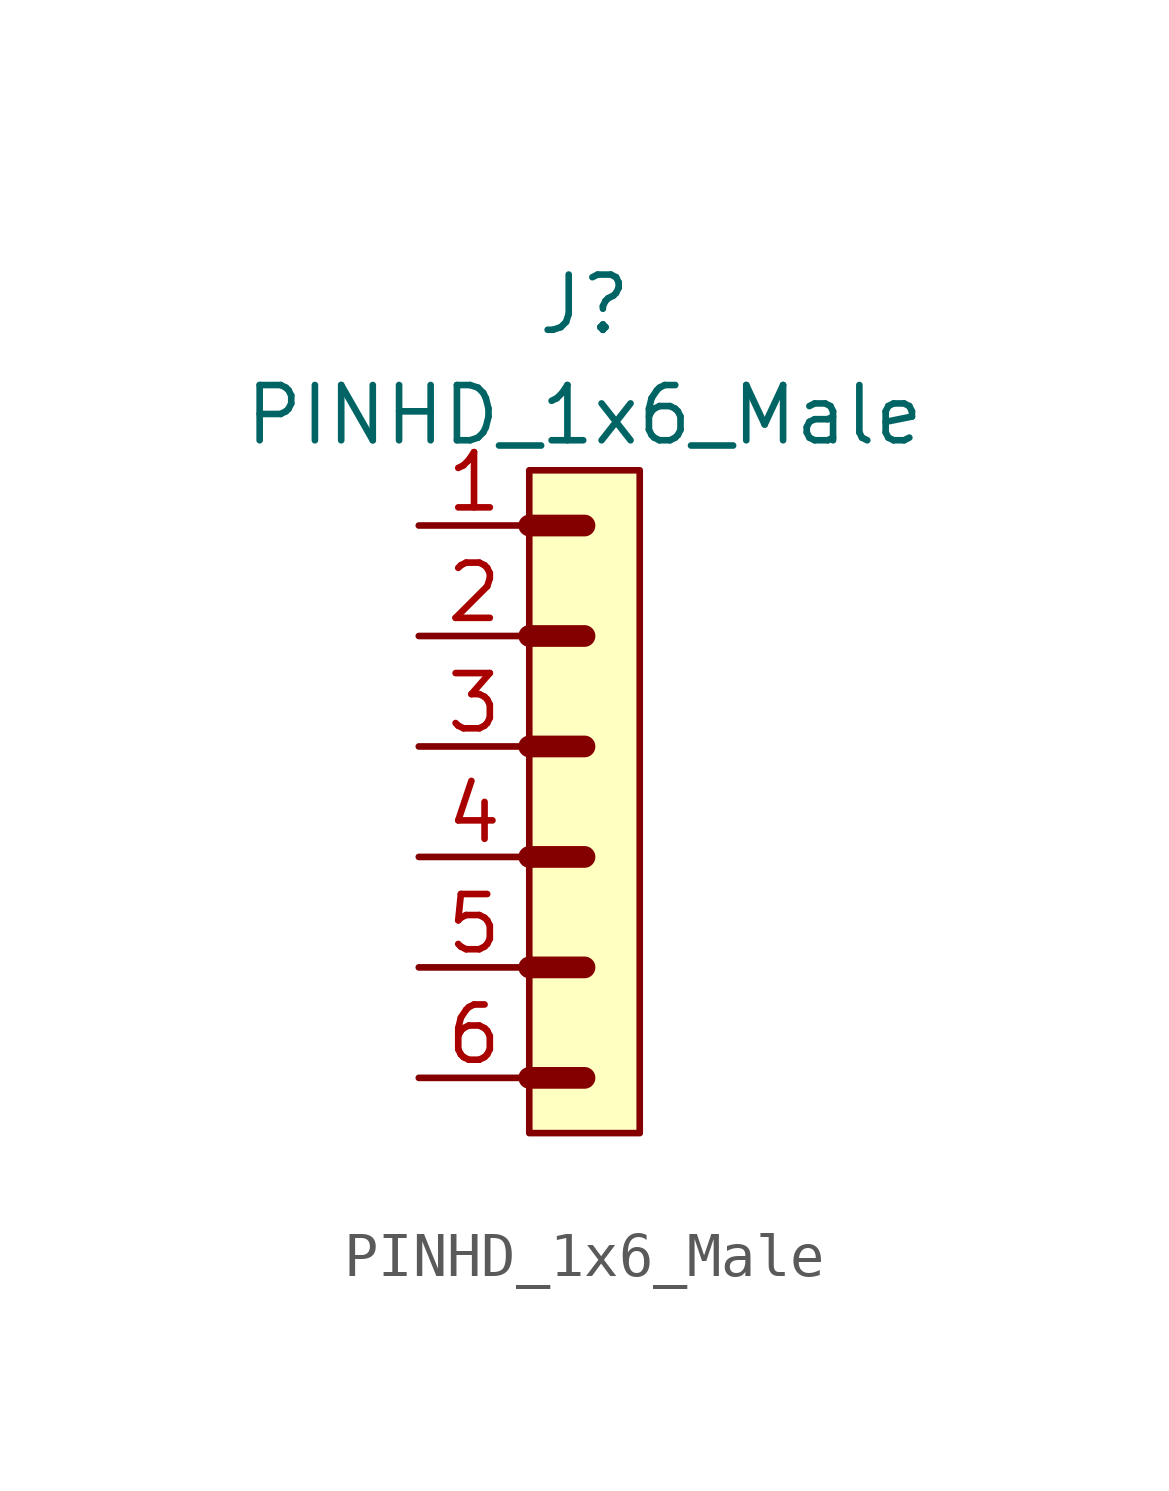
<source format=kicad_sym>
(kicad_symbol_lib
  (version 20241209)
  (generator "kicad_symbol_editor")
  (generator_version "9.0")
  (symbol "PINHD_1x6_Male"
    (property "Reference" "J"
      (at 0 11.43 0)
      (effects (font (size 1.27 1.27))))
    (property "Value" "PINHD_1x6_Male"
      (at 0 8.89 0)
      (effects (font (size 1.27 1.27))))
    (symbol "PINHD_1x6_Male_0_1"
      (rectangle (start -1.27 7.62) (end 1.27 -7.62) (stroke (width 0) (type default)) (fill (type background)))
      (polyline (pts (xy -1.27 6.35) (xy 0 6.35)) (stroke (width 0.3) (type default)) (fill (type none)))
      (polyline (pts (xy -1.27 6.35) (xy 0 6.35)) (stroke (width 0.5) (type default)) (fill (type none)))
      (polyline (pts (xy -1.27 3.81) (xy 0 3.81)) (stroke (width 0.3) (type default)) (fill (type none)))
      (polyline (pts (xy -1.27 3.81) (xy 0 3.81)) (stroke (width 0.5) (type default)) (fill (type none)))
      (polyline (pts (xy -1.27 1.27) (xy 0 1.27)) (stroke (width 0.3) (type default)) (fill (type none)))
      (polyline (pts (xy -1.27 1.27) (xy 0 1.27)) (stroke (width 0.5) (type default)) (fill (type none)))
      (polyline (pts (xy -1.27 -1.27) (xy 0 -1.27)) (stroke (width 0.3) (type default)) (fill (type none)))
      (polyline (pts (xy -1.27 -1.27) (xy 0 -1.27)) (stroke (width 0.5) (type default)) (fill (type none)))
      (polyline (pts (xy -1.27 -3.81) (xy 0 -3.81)) (stroke (width 0.3) (type default)) (fill (type none)))
      (polyline (pts (xy -1.27 -3.81) (xy 0 -3.81)) (stroke (width 0.5) (type default)) (fill (type none)))
      (polyline (pts (xy -1.27 -6.35) (xy 0 -6.35)) (stroke (width 0.3) (type default)) (fill (type none)))
      (polyline (pts (xy -1.27 -6.35) (xy 0 -6.35)) (stroke (width 0.5) (type default)) (fill (type none))))
    (symbol "PINHD_1x6_Male_1_1"
      (pin passive line (at -3.81 6.35 0) (length 2.54) (name "" (effects (font (size 1.27 1.27)))) (number "1" (effects (font (size 1.27 1.27)))))
      (pin passive line (at -3.81 3.81 0) (length 2.54) (name "" (effects (font (size 1.27 1.27)))) (number "2" (effects (font (size 1.27 1.27)))))
      (pin passive line (at -3.81 1.27 0) (length 2.54) (name "" (effects (font (size 1.27 1.27)))) (number "3" (effects (font (size 1.27 1.27)))))
      (pin passive line (at -3.81 -1.27 0) (length 2.54) (name "" (effects (font (size 1.27 1.27)))) (number "4" (effects (font (size 1.27 1.27)))))
      (pin passive line (at -3.81 -3.81 0) (length 2.54) (name "" (effects (font (size 1.27 1.27)))) (number "5" (effects (font (size 1.27 1.27)))))
      (pin passive line (at -3.81 -6.35 0) (length 2.54) (name "" (effects (font (size 1.27 1.27)))) (number "6" (effects (font (size 1.27 1.27))))))))
</source>
